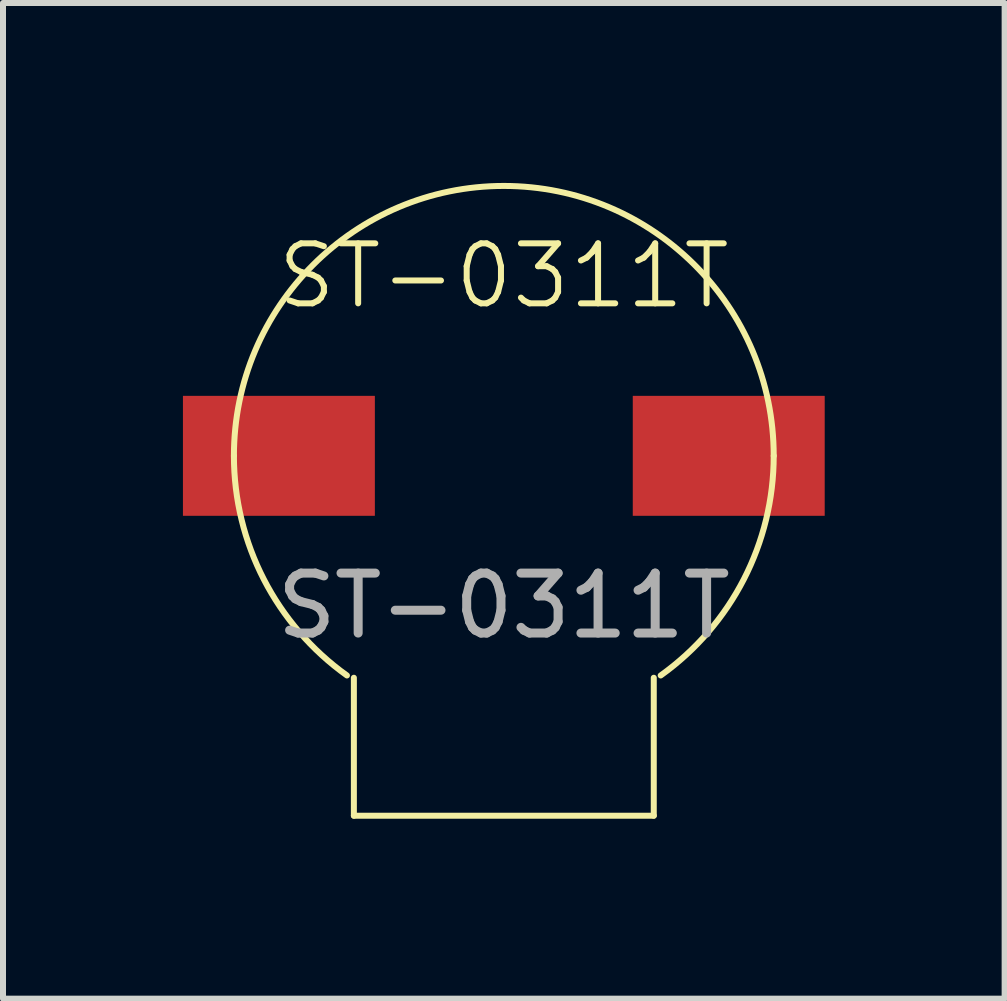
<source format=kicad_pcb>
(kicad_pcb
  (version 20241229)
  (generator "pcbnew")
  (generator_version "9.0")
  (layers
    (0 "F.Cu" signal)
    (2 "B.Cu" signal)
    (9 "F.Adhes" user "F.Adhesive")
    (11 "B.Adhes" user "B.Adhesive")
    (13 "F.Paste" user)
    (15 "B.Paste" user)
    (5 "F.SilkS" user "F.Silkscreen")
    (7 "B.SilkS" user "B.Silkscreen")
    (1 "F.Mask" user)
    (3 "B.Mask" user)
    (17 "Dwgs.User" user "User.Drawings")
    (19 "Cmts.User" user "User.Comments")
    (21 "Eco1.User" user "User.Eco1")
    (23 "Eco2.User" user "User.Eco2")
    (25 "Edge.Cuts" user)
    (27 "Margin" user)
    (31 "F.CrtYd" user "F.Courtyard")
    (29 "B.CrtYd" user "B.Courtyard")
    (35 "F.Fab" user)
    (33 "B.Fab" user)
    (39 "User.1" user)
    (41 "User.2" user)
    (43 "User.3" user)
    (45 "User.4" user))
  (footprint "ST-0311T"
    (layer "F.Cu")
    (at 5.35 4.55)
    (property "Reference" "ST-0311T" (at 0 -3 0) (unlocked yes) (layer "F.SilkS") (effects (font (size 1 1) (thickness 0.1))))
    (attr smd)
    (fp_line (start -2.5 6) (end -2.5 3.7) (stroke (width 0.1) (type default)) (layer "F.SilkS"))
    (fp_line (start -2.5 6) (end 2.5 6) (stroke (width 0.1) (type default)) (layer "F.SilkS"))
    (fp_line (start 2.5 6) (end 2.5 3.7) (stroke (width 0.1) (type default)) (layer "F.SilkS"))
    (fp_arc (start -4.5 0) (mid 0 -4.5) (end 4.5 0) (stroke (width 0.1) (type default)) (layer "F.SilkS"))
    (fp_arc (start -2.615572 3.661801) (mid -4.001255 2.059117) (end -4.5 0) (stroke (width 0.1) (type default)) (layer "F.SilkS"))
    (fp_arc (start 4.5 0) (mid 4.001254 2.059117) (end 2.615572 3.661801) (stroke (width 0.1) (type default)) (layer "F.SilkS"))
    (fp_text user "${REFERENCE}" (at 0 2.5 0) (unlocked yes) (layer "F.Fab") (effects (font (size 1 1) (thickness 0.15))))
    (pad "1" smd rect (at -3.75 0 90) (size 2 3.2) (layers "F.Cu" "F.Mask" "F.Paste"))
    (pad "2" smd rect (at 3.75 0 90) (size 2 3.2) (layers "F.Cu" "F.Mask" "F.Paste")))
  (gr_rect
    (start -3 -3)
    (end 13.7 13.6)
    (stroke (width 0.1) (type default))
    (fill no)
    (layer "Edge.Cuts")))
</source>
